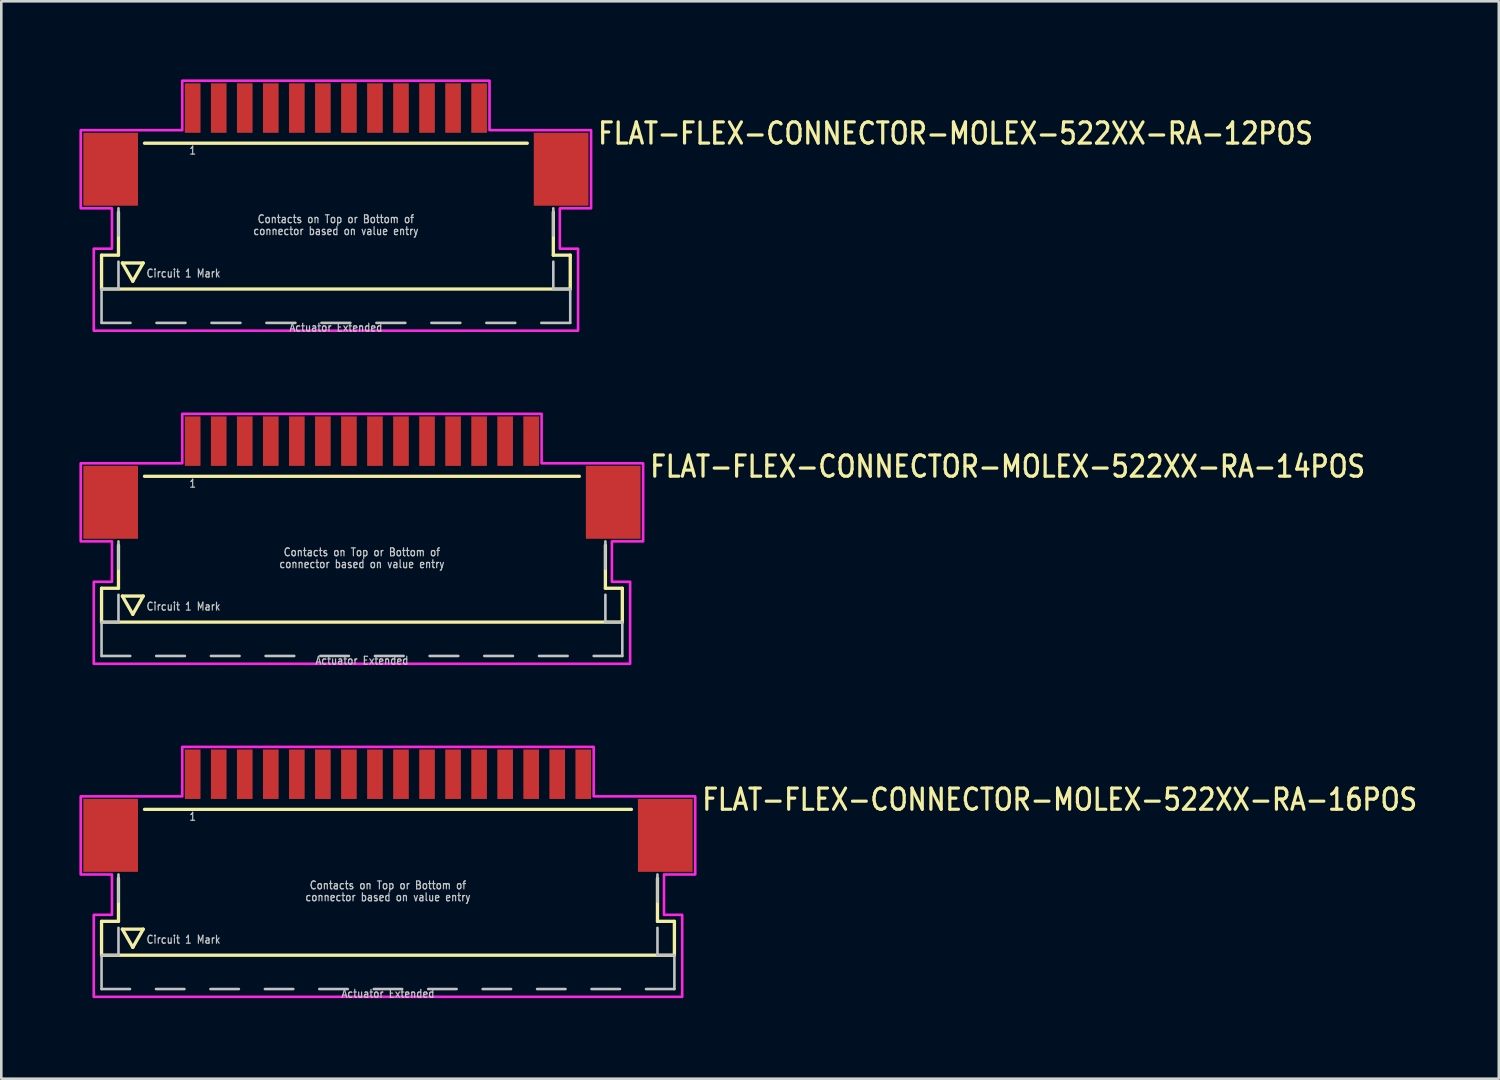
<source format=kicad_pcb>
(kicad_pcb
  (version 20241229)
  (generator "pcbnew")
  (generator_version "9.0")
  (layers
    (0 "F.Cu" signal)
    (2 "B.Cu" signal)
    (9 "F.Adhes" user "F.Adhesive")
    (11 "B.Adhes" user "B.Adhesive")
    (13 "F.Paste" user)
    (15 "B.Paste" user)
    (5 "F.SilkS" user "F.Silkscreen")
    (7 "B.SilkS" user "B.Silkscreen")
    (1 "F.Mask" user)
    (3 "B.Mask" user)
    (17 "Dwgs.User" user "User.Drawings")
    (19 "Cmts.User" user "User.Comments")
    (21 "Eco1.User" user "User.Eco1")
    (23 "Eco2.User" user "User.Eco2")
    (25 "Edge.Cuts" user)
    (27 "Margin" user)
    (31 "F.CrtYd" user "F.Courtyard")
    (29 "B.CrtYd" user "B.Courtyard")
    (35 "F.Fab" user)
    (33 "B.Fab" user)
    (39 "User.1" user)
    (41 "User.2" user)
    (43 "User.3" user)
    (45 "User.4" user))
  (footprint "FLAT-FLEX-CONNECTOR-MOLEX-522XX-RA-16POS"
    (layer "F.Cu")
    (at 11.85 27.634)
    (property "Reference" "FLAT-FLEX-CONNECTOR-MOLEX-522XX-RA-16POS" (at 12 0.5 0) (unlocked yes) (layer "F.SilkS") (effects (font (size 0.813 0.695) (thickness 0.122)) (justify left bottom)))
    (fp_line (start -11 4.7) (end -11 6) (stroke (width 0.127) (type solid)) (layer "F.SilkS"))
    (fp_line (start -11 6) (end 11 6) (stroke (width 0.127) (type solid)) (layer "F.SilkS"))
    (fp_line (start -10.35 3.05) (end -10.35 4.7) (stroke (width 0.127) (type solid)) (layer "F.SilkS"))
    (fp_line (start -10.35 4.7) (end -11 4.7) (stroke (width 0.127) (type solid)) (layer "F.SilkS"))
    (fp_line (start -10.2 5) (end -9.4 5) (stroke (width 0.127) (type solid)) (layer "F.SilkS"))
    (fp_line (start -9.8 5.7) (end -10.2 5) (stroke (width 0.127) (type solid)) (layer "F.SilkS"))
    (fp_line (start -9.4 5) (end -9.8 5.7) (stroke (width 0.127) (type solid)) (layer "F.SilkS"))
    (fp_line (start -9.35 0.4) (end 9.35 0.4) (stroke (width 0.127) (type solid)) (layer "F.SilkS"))
    (fp_line (start 10.35 3.05) (end 10.35 4.7) (stroke (width 0.127) (type solid)) (layer "F.SilkS"))
    (fp_line (start 11 4.7) (end 10.35 4.7) (stroke (width 0.127) (type solid)) (layer "F.SilkS"))
    (fp_line (start 11 6) (end 11 4.7) (stroke (width 0.127) (type solid)) (layer "F.SilkS"))
    (fp_line (start -11 6) (end -11 7.3) (stroke (width 0.1) (type solid)) (layer "Dwgs.User"))
    (fp_line (start -11 7.3) (end -9.909 7.3) (stroke (width 0.1) (type solid)) (layer "Dwgs.User"))
    (fp_line (start -10.35 2.9) (end -10.35 3.95) (stroke (width 0.1) (type solid)) (layer "Dwgs.User"))
    (fp_line (start -10.35 4.95) (end -10.35 6) (stroke (width 0.1) (type solid)) (layer "Dwgs.User"))
    (fp_line (start -10.35 6) (end -11 6) (stroke (width 0.1) (type solid)) (layer "Dwgs.User"))
    (fp_line (start -8.909 7.3) (end -7.818 7.3) (stroke (width 0.1) (type solid)) (layer "Dwgs.User"))
    (fp_line (start -6.818 7.3) (end -5.727 7.3) (stroke (width 0.1) (type solid)) (layer "Dwgs.User"))
    (fp_line (start -4.727 7.3) (end -3.636 7.3) (stroke (width 0.1) (type solid)) (layer "Dwgs.User"))
    (fp_line (start -2.636 7.3) (end -1.545 7.3) (stroke (width 0.1) (type solid)) (layer "Dwgs.User"))
    (fp_line (start -0.545 7.3) (end 0.545 7.3) (stroke (width 0.1) (type solid)) (layer "Dwgs.User"))
    (fp_line (start 1.545 7.3) (end 2.636 7.3) (stroke (width 0.1) (type solid)) (layer "Dwgs.User"))
    (fp_line (start 3.636 7.3) (end 4.727 7.3) (stroke (width 0.1) (type solid)) (layer "Dwgs.User"))
    (fp_line (start 5.727 7.3) (end 6.818 7.3) (stroke (width 0.1) (type solid)) (layer "Dwgs.User"))
    (fp_line (start 7.818 7.3) (end 8.909 7.3) (stroke (width 0.1) (type solid)) (layer "Dwgs.User"))
    (fp_line (start 9.909 7.3) (end 11 7.3) (stroke (width 0.1) (type solid)) (layer "Dwgs.User"))
    (fp_line (start 10.35 2.9) (end 10.35 3.95) (stroke (width 0.1) (type solid)) (layer "Dwgs.User"))
    (fp_line (start 10.35 4.95) (end 10.35 6) (stroke (width 0.1) (type solid)) (layer "Dwgs.User"))
    (fp_line (start 11 6) (end 10.35 6) (stroke (width 0.1) (type solid)) (layer "Dwgs.User"))
    (fp_line (start 11 7.3) (end 11 6) (stroke (width 0.1) (type solid)) (layer "Dwgs.User"))
    (fp_poly (pts (xy -11.8 2.9) (xy -11.8 -0.1) (xy -7.9 -0.1) (xy -7.9 -2) (xy 7.9 -2) (xy 7.9 -0.1) (xy 11.8 -0.1) (xy 11.8 2.9) (xy 10.6 2.9) (xy 10.6 4.45) (xy 11.3 4.45) (xy 11.3 7.6) (xy -11.3 7.6) (xy -11.3 4.45) (xy -10.6 4.45) (xy -10.6 2.9)) (stroke (width 0.1) (type solid)) (fill no) (layer "F.CrtYd"))
    (fp_text user "Circuit 1 Mark" (at -9.3 5.4 0) (unlocked yes) (layer "Dwgs.User") (effects (font (size 0.305 0.261) (thickness 0.046)) (justify left)))
    (fp_text user "connector based on value entry" (at 0 3.95 0) (unlocked yes) (layer "Dwgs.User") (effects (font (size 0.305 0.261) (thickness 0.046)) (justify bottom)))
    (fp_text user "1" (at -7.5 0.5 0) (unlocked yes) (layer "Dwgs.User") (effects (font (size 0.305 0.261) (thickness 0.046)) (justify top)))
    (fp_text user "Contacts on Top or Bottom of" (at 0 3.493 0) (unlocked yes) (layer "Dwgs.User") (effects (font (size 0.305 0.261) (thickness 0.046)) (justify bottom)))
    (fp_text user "Actuator Extended" (at 0 7.3 0) (unlocked yes) (layer "Dwgs.User") (effects (font (size 0.305 0.261) (thickness 0.046)) (justify top)))
    (pad "M1" smd rect (at -10.65 1.4) (size 2.1 2.8) (layers "F.Cu" "F.Mask" "F.Paste"))
    (pad "M2" smd rect (at 10.65 1.4) (size 2.1 2.8) (layers "F.Cu" "F.Mask" "F.Paste"))
    (pad "P$1" smd rect (at -7.5 -0.95) (size 0.6 1.9) (layers "F.Cu" "F.Mask" "F.Paste"))
    (pad "P$2" smd rect (at -6.5 -0.95) (size 0.6 1.9) (layers "F.Cu" "F.Mask" "F.Paste"))
    (pad "P$3" smd rect (at -5.5 -0.95) (size 0.6 1.9) (layers "F.Cu" "F.Mask" "F.Paste"))
    (pad "P$4" smd rect (at -4.5 -0.95) (size 0.6 1.9) (layers "F.Cu" "F.Mask" "F.Paste"))
    (pad "P$5" smd rect (at -3.5 -0.95) (size 0.6 1.9) (layers "F.Cu" "F.Mask" "F.Paste"))
    (pad "P$6" smd rect (at -2.5 -0.95) (size 0.6 1.9) (layers "F.Cu" "F.Mask" "F.Paste"))
    (pad "P$7" smd rect (at -1.5 -0.95) (size 0.6 1.9) (layers "F.Cu" "F.Mask" "F.Paste"))
    (pad "P$8" smd rect (at -0.5 -0.95) (size 0.6 1.9) (layers "F.Cu" "F.Mask" "F.Paste"))
    (pad "P$9" smd rect (at 0.5 -0.95) (size 0.6 1.9) (layers "F.Cu" "F.Mask" "F.Paste"))
    (pad "P$10" smd rect (at 1.5 -0.95) (size 0.6 1.9) (layers "F.Cu" "F.Mask" "F.Paste"))
    (pad "P$11" smd rect (at 2.5 -0.95) (size 0.6 1.9) (layers "F.Cu" "F.Mask" "F.Paste"))
    (pad "P$12" smd rect (at 3.5 -0.95) (size 0.6 1.9) (layers "F.Cu" "F.Mask" "F.Paste"))
    (pad "P$13" smd rect (at 4.5 -0.95) (size 0.6 1.9) (layers "F.Cu" "F.Mask" "F.Paste"))
    (pad "P$14" smd rect (at 5.5 -0.95) (size 0.6 1.9) (layers "F.Cu" "F.Mask" "F.Paste"))
    (pad "P$15" smd rect (at 6.5 -0.95) (size 0.6 1.9) (layers "F.Cu" "F.Mask" "F.Paste"))
    (pad "P$16" smd rect (at 7.5 -0.95) (size 0.6 1.9) (layers "F.Cu" "F.Mask" "F.Paste")))
  (footprint "FLAT-FLEX-CONNECTOR-MOLEX-522XX-RA-14POS"
    (layer "F.Cu")
    (at 10.85 14.842)
    (property "Reference" "FLAT-FLEX-CONNECTOR-MOLEX-522XX-RA-14POS" (at 11 0.5 0) (unlocked yes) (layer "F.SilkS") (effects (font (size 0.813 0.695) (thickness 0.122)) (justify left bottom)))
    (fp_line (start -10 4.7) (end -10 6) (stroke (width 0.127) (type solid)) (layer "F.SilkS"))
    (fp_line (start -10 6) (end 10 6) (stroke (width 0.127) (type solid)) (layer "F.SilkS"))
    (fp_line (start -9.35 3.05) (end -9.35 4.7) (stroke (width 0.127) (type solid)) (layer "F.SilkS"))
    (fp_line (start -9.35 4.7) (end -10 4.7) (stroke (width 0.127) (type solid)) (layer "F.SilkS"))
    (fp_line (start -9.2 5) (end -8.4 5) (stroke (width 0.127) (type solid)) (layer "F.SilkS"))
    (fp_line (start -8.8 5.7) (end -9.2 5) (stroke (width 0.127) (type solid)) (layer "F.SilkS"))
    (fp_line (start -8.4 5) (end -8.8 5.7) (stroke (width 0.127) (type solid)) (layer "F.SilkS"))
    (fp_line (start -8.35 0.4) (end 8.35 0.4) (stroke (width 0.127) (type solid)) (layer "F.SilkS"))
    (fp_line (start 9.35 3.05) (end 9.35 4.7) (stroke (width 0.127) (type solid)) (layer "F.SilkS"))
    (fp_line (start 10 4.7) (end 9.35 4.7) (stroke (width 0.127) (type solid)) (layer "F.SilkS"))
    (fp_line (start 10 6) (end 10 4.7) (stroke (width 0.127) (type solid)) (layer "F.SilkS"))
    (fp_line (start -10 6) (end -10 7.3) (stroke (width 0.1) (type solid)) (layer "Dwgs.User"))
    (fp_line (start -10 7.3) (end -8.9 7.3) (stroke (width 0.1) (type solid)) (layer "Dwgs.User"))
    (fp_line (start -9.35 2.9) (end -9.35 3.95) (stroke (width 0.1) (type solid)) (layer "Dwgs.User"))
    (fp_line (start -9.35 4.95) (end -9.35 6) (stroke (width 0.1) (type solid)) (layer "Dwgs.User"))
    (fp_line (start -9.35 6) (end -10 6) (stroke (width 0.1) (type solid)) (layer "Dwgs.User"))
    (fp_line (start -7.9 7.3) (end -6.8 7.3) (stroke (width 0.1) (type solid)) (layer "Dwgs.User"))
    (fp_line (start -5.8 7.3) (end -4.7 7.3) (stroke (width 0.1) (type solid)) (layer "Dwgs.User"))
    (fp_line (start -3.7 7.3) (end -2.6 7.3) (stroke (width 0.1) (type solid)) (layer "Dwgs.User"))
    (fp_line (start -1.6 7.3) (end -0.5 7.3) (stroke (width 0.1) (type solid)) (layer "Dwgs.User"))
    (fp_line (start 0.5 7.3) (end 1.6 7.3) (stroke (width 0.1) (type solid)) (layer "Dwgs.User"))
    (fp_line (start 2.6 7.3) (end 3.7 7.3) (stroke (width 0.1) (type solid)) (layer "Dwgs.User"))
    (fp_line (start 4.7 7.3) (end 5.8 7.3) (stroke (width 0.1) (type solid)) (layer "Dwgs.User"))
    (fp_line (start 6.8 7.3) (end 7.9 7.3) (stroke (width 0.1) (type solid)) (layer "Dwgs.User"))
    (fp_line (start 8.9 7.3) (end 10 7.3) (stroke (width 0.1) (type solid)) (layer "Dwgs.User"))
    (fp_line (start 9.35 2.9) (end 9.35 3.95) (stroke (width 0.1) (type solid)) (layer "Dwgs.User"))
    (fp_line (start 9.35 4.95) (end 9.35 6) (stroke (width 0.1) (type solid)) (layer "Dwgs.User"))
    (fp_line (start 10 6) (end 9.35 6) (stroke (width 0.1) (type solid)) (layer "Dwgs.User"))
    (fp_line (start 10 7.3) (end 10 6) (stroke (width 0.1) (type solid)) (layer "Dwgs.User"))
    (fp_poly (pts (xy -10.8 2.9) (xy -10.8 -0.1) (xy -6.9 -0.1) (xy -6.9 -2) (xy 6.9 -2) (xy 6.9 -0.1) (xy 10.8 -0.1) (xy 10.8 2.9) (xy 9.6 2.9) (xy 9.6 4.45) (xy 10.3 4.45) (xy 10.3 7.6) (xy -10.3 7.6) (xy -10.3 4.45) (xy -9.6 4.45) (xy -9.6 2.9)) (stroke (width 0.1) (type solid)) (fill no) (layer "F.CrtYd"))
    (fp_text user "Actuator Extended" (at 0 7.3 0) (unlocked yes) (layer "Dwgs.User") (effects (font (size 0.305 0.261) (thickness 0.046)) (justify top)))
    (fp_text user "connector based on value entry" (at 0 3.95 0) (unlocked yes) (layer "Dwgs.User") (effects (font (size 0.305 0.261) (thickness 0.046)) (justify bottom)))
    (fp_text user "Circuit 1 Mark" (at -8.3 5.4 0) (unlocked yes) (layer "Dwgs.User") (effects (font (size 0.305 0.261) (thickness 0.046)) (justify left)))
    (fp_text user "Contacts on Top or Bottom of" (at 0 3.493 0) (unlocked yes) (layer "Dwgs.User") (effects (font (size 0.305 0.261) (thickness 0.046)) (justify bottom)))
    (fp_text user "1" (at -6.5 0.5 0) (unlocked yes) (layer "Dwgs.User") (effects (font (size 0.305 0.261) (thickness 0.046)) (justify top)))
    (pad "M1" smd rect (at -9.65 1.4) (size 2.1 2.8) (layers "F.Cu" "F.Mask" "F.Paste"))
    (pad "M2" smd rect (at 9.65 1.4) (size 2.1 2.8) (layers "F.Cu" "F.Mask" "F.Paste"))
    (pad "P$1" smd rect (at -6.5 -0.95) (size 0.6 1.9) (layers "F.Cu" "F.Mask" "F.Paste"))
    (pad "P$2" smd rect (at -5.5 -0.95) (size 0.6 1.9) (layers "F.Cu" "F.Mask" "F.Paste"))
    (pad "P$3" smd rect (at -4.5 -0.95) (size 0.6 1.9) (layers "F.Cu" "F.Mask" "F.Paste"))
    (pad "P$4" smd rect (at -3.5 -0.95) (size 0.6 1.9) (layers "F.Cu" "F.Mask" "F.Paste"))
    (pad "P$5" smd rect (at -2.5 -0.95) (size 0.6 1.9) (layers "F.Cu" "F.Mask" "F.Paste"))
    (pad "P$6" smd rect (at -1.5 -0.95) (size 0.6 1.9) (layers "F.Cu" "F.Mask" "F.Paste"))
    (pad "P$7" smd rect (at -0.5 -0.95) (size 0.6 1.9) (layers "F.Cu" "F.Mask" "F.Paste"))
    (pad "P$8" smd rect (at 0.5 -0.95) (size 0.6 1.9) (layers "F.Cu" "F.Mask" "F.Paste"))
    (pad "P$9" smd rect (at 1.5 -0.95) (size 0.6 1.9) (layers "F.Cu" "F.Mask" "F.Paste"))
    (pad "P$10" smd rect (at 2.5 -0.95) (size 0.6 1.9) (layers "F.Cu" "F.Mask" "F.Paste"))
    (pad "P$11" smd rect (at 3.5 -0.95) (size 0.6 1.9) (layers "F.Cu" "F.Mask" "F.Paste"))
    (pad "P$12" smd rect (at 4.5 -0.95) (size 0.6 1.9) (layers "F.Cu" "F.Mask" "F.Paste"))
    (pad "P$13" smd rect (at 5.5 -0.95) (size 0.6 1.9) (layers "F.Cu" "F.Mask" "F.Paste"))
    (pad "P$14" smd rect (at 6.5 -0.95) (size 0.6 1.9) (layers "F.Cu" "F.Mask" "F.Paste")))
  (footprint "FLAT-FLEX-CONNECTOR-MOLEX-522XX-RA-12POS"
    (layer "F.Cu")
    (at 9.85 2.05)
    (property "Reference" "FLAT-FLEX-CONNECTOR-MOLEX-522XX-RA-12POS" (at 10 0.5 0) (unlocked yes) (layer "F.SilkS") (effects (font (size 0.813 0.695) (thickness 0.122)) (justify left bottom)))
    (fp_line (start -9 4.7) (end -9 6) (stroke (width 0.127) (type solid)) (layer "F.SilkS"))
    (fp_line (start -9 6) (end 9 6) (stroke (width 0.127) (type solid)) (layer "F.SilkS"))
    (fp_line (start -8.35 3.05) (end -8.35 4.7) (stroke (width 0.127) (type solid)) (layer "F.SilkS"))
    (fp_line (start -8.35 4.7) (end -9 4.7) (stroke (width 0.127) (type solid)) (layer "F.SilkS"))
    (fp_line (start -8.2 5) (end -7.4 5) (stroke (width 0.127) (type solid)) (layer "F.SilkS"))
    (fp_line (start -7.8 5.7) (end -8.2 5) (stroke (width 0.127) (type solid)) (layer "F.SilkS"))
    (fp_line (start -7.4 5) (end -7.8 5.7) (stroke (width 0.127) (type solid)) (layer "F.SilkS"))
    (fp_line (start -7.35 0.4) (end 7.35 0.4) (stroke (width 0.127) (type solid)) (layer "F.SilkS"))
    (fp_line (start 8.35 3.05) (end 8.35 4.7) (stroke (width 0.127) (type solid)) (layer "F.SilkS"))
    (fp_line (start 9 4.7) (end 8.35 4.7) (stroke (width 0.127) (type solid)) (layer "F.SilkS"))
    (fp_line (start 9 6) (end 9 4.7) (stroke (width 0.127) (type solid)) (layer "F.SilkS"))
    (fp_line (start -9 6) (end -9 7.3) (stroke (width 0.1) (type solid)) (layer "Dwgs.User"))
    (fp_line (start -9 7.3) (end -7.889 7.3) (stroke (width 0.1) (type solid)) (layer "Dwgs.User"))
    (fp_line (start -8.35 2.9) (end -8.35 3.95) (stroke (width 0.1) (type solid)) (layer "Dwgs.User"))
    (fp_line (start -8.35 4.95) (end -8.35 6) (stroke (width 0.1) (type solid)) (layer "Dwgs.User"))
    (fp_line (start -8.35 6) (end -9 6) (stroke (width 0.1) (type solid)) (layer "Dwgs.User"))
    (fp_line (start -6.889 7.3) (end -5.778 7.3) (stroke (width 0.1) (type solid)) (layer "Dwgs.User"))
    (fp_line (start -4.778 7.3) (end -3.667 7.3) (stroke (width 0.1) (type solid)) (layer "Dwgs.User"))
    (fp_line (start -2.667 7.3) (end -1.556 7.3) (stroke (width 0.1) (type solid)) (layer "Dwgs.User"))
    (fp_line (start -0.556 7.3) (end 0.556 7.3) (stroke (width 0.1) (type solid)) (layer "Dwgs.User"))
    (fp_line (start 1.556 7.3) (end 2.667 7.3) (stroke (width 0.1) (type solid)) (layer "Dwgs.User"))
    (fp_line (start 3.667 7.3) (end 4.778 7.3) (stroke (width 0.1) (type solid)) (layer "Dwgs.User"))
    (fp_line (start 5.778 7.3) (end 6.889 7.3) (stroke (width 0.1) (type solid)) (layer "Dwgs.User"))
    (fp_line (start 7.889 7.3) (end 9 7.3) (stroke (width 0.1) (type solid)) (layer "Dwgs.User"))
    (fp_line (start 8.35 2.9) (end 8.35 3.95) (stroke (width 0.1) (type solid)) (layer "Dwgs.User"))
    (fp_line (start 8.35 4.95) (end 8.35 6) (stroke (width 0.1) (type solid)) (layer "Dwgs.User"))
    (fp_line (start 9 6) (end 8.35 6) (stroke (width 0.1) (type solid)) (layer "Dwgs.User"))
    (fp_line (start 9 7.3) (end 9 6) (stroke (width 0.1) (type solid)) (layer "Dwgs.User"))
    (fp_poly (pts (xy -9.8 2.9) (xy -9.8 -0.1) (xy -5.9 -0.1) (xy -5.9 -2) (xy 5.9 -2) (xy 5.9 -0.1) (xy 9.8 -0.1) (xy 9.8 2.9) (xy 8.6 2.9) (xy 8.6 4.45) (xy 9.3 4.45) (xy 9.3 7.6) (xy -9.3 7.6) (xy -9.3 4.45) (xy -8.6 4.45) (xy -8.6 2.9)) (stroke (width 0.1) (type solid)) (fill no) (layer "F.CrtYd"))
    (fp_text user "connector based on value entry" (at 0 3.95 0) (unlocked yes) (layer "Dwgs.User") (effects (font (size 0.305 0.261) (thickness 0.046)) (justify bottom)))
    (fp_text user "1" (at -5.5 0.5 0) (unlocked yes) (layer "Dwgs.User") (effects (font (size 0.305 0.261) (thickness 0.046)) (justify top)))
    (fp_text user "Contacts on Top or Bottom of" (at 0 3.493 0) (unlocked yes) (layer "Dwgs.User") (effects (font (size 0.305 0.261) (thickness 0.046)) (justify bottom)))
    (fp_text user "Circuit 1 Mark" (at -7.3 5.4 0) (unlocked yes) (layer "Dwgs.User") (effects (font (size 0.305 0.261) (thickness 0.046)) (justify left)))
    (fp_text user "Actuator Extended" (at 0 7.3 0) (unlocked yes) (layer "Dwgs.User") (effects (font (size 0.305 0.261) (thickness 0.046)) (justify top)))
    (pad "M1" smd rect (at -8.65 1.4) (size 2.1 2.8) (layers "F.Cu" "F.Mask" "F.Paste"))
    (pad "M2" smd rect (at 8.65 1.4) (size 2.1 2.8) (layers "F.Cu" "F.Mask" "F.Paste"))
    (pad "P$1" smd rect (at -5.5 -0.95) (size 0.6 1.9) (layers "F.Cu" "F.Mask" "F.Paste"))
    (pad "P$2" smd rect (at -4.5 -0.95) (size 0.6 1.9) (layers "F.Cu" "F.Mask" "F.Paste"))
    (pad "P$3" smd rect (at -3.5 -0.95) (size 0.6 1.9) (layers "F.Cu" "F.Mask" "F.Paste"))
    (pad "P$4" smd rect (at -2.5 -0.95) (size 0.6 1.9) (layers "F.Cu" "F.Mask" "F.Paste"))
    (pad "P$5" smd rect (at -1.5 -0.95) (size 0.6 1.9) (layers "F.Cu" "F.Mask" "F.Paste"))
    (pad "P$6" smd rect (at -0.5 -0.95) (size 0.6 1.9) (layers "F.Cu" "F.Mask" "F.Paste"))
    (pad "P$7" smd rect (at 0.5 -0.95) (size 0.6 1.9) (layers "F.Cu" "F.Mask" "F.Paste"))
    (pad "P$8" smd rect (at 1.5 -0.95) (size 0.6 1.9) (layers "F.Cu" "F.Mask" "F.Paste"))
    (pad "P$9" smd rect (at 2.5 -0.95) (size 0.6 1.9) (layers "F.Cu" "F.Mask" "F.Paste"))
    (pad "P$10" smd rect (at 3.5 -0.95) (size 0.6 1.9) (layers "F.Cu" "F.Mask" "F.Paste"))
    (pad "P$11" smd rect (at 4.5 -0.95) (size 0.6 1.9) (layers "F.Cu" "F.Mask" "F.Paste"))
    (pad "P$12" smd rect (at 5.5 -0.95) (size 0.6 1.9) (layers "F.Cu" "F.Mask" "F.Paste")))
  (gr_rect
    (start -3 -3)
    (end 54.511 38.376)
    (stroke (width 0.1) (type default))
    (fill no)
    (layer "Edge.Cuts")))
</source>
